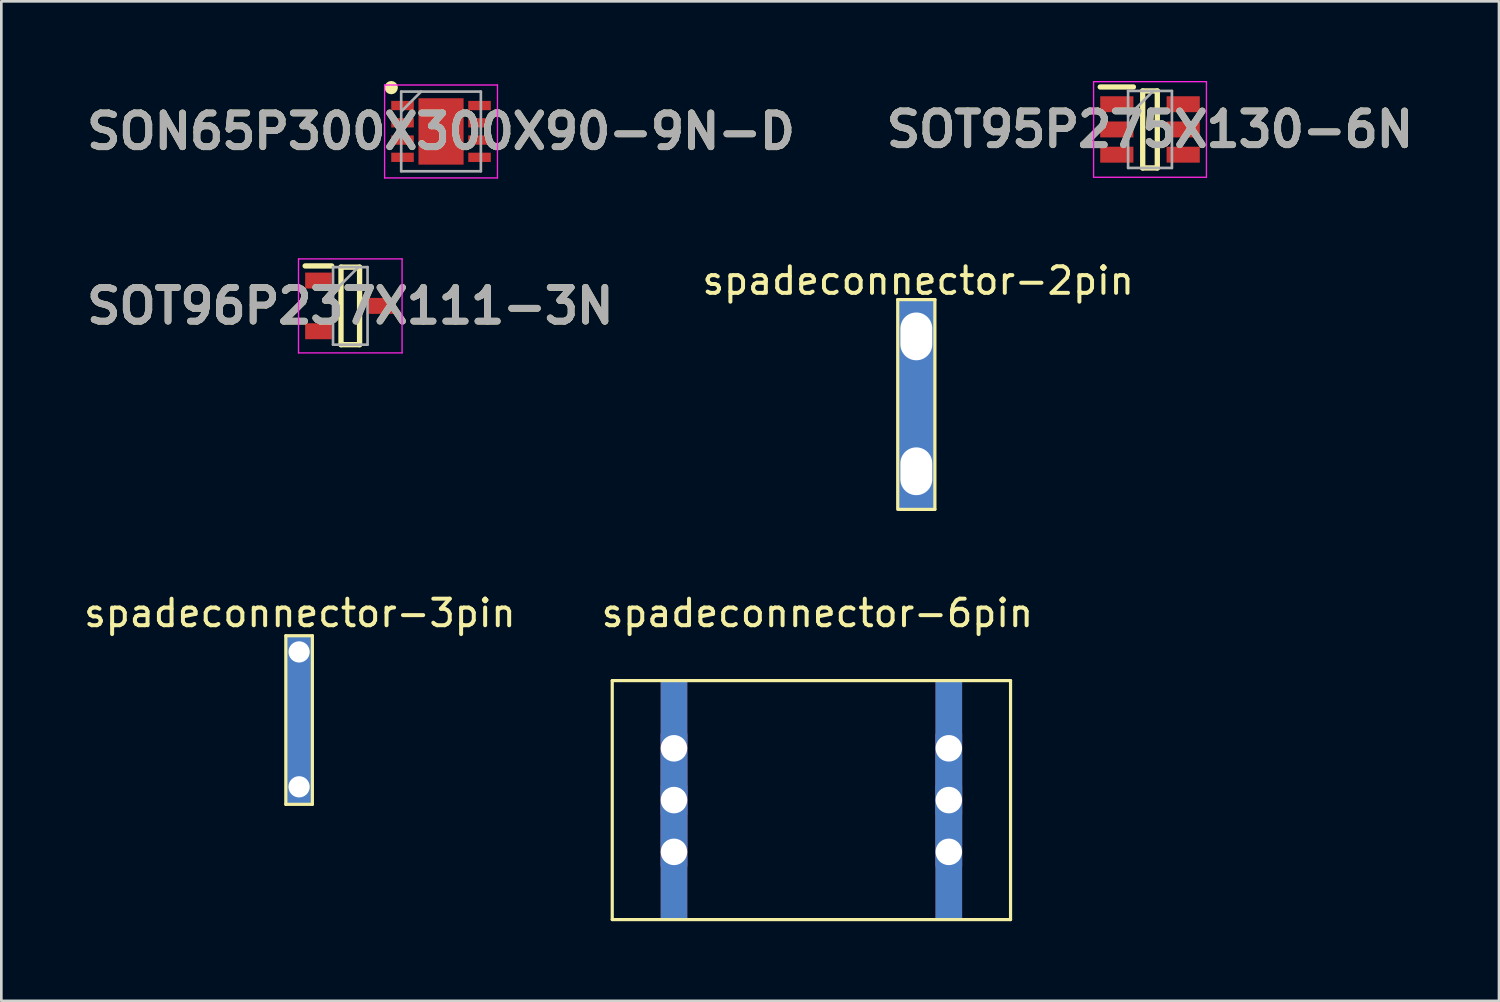
<source format=kicad_pcb>
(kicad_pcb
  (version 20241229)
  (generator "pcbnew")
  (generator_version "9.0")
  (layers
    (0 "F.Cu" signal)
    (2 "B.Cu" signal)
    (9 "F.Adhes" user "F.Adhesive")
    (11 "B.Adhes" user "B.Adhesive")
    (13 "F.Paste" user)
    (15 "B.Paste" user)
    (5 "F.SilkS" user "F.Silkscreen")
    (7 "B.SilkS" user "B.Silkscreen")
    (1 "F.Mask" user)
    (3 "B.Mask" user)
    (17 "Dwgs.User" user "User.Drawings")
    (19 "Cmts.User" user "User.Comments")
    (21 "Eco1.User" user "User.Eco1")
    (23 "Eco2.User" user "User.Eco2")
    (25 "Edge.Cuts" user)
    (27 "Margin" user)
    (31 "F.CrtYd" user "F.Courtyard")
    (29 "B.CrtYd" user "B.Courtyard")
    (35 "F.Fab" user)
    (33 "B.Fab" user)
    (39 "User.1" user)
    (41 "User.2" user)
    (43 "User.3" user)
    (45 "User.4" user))
  (footprint "SOT95P275X130-6N"
    (layer "F.Cu")
    (at 40.259 1.825)
    (property "Reference" "SOT95P275X130-6N" (at 0 0 0) (layer "F.SilkS") (effects (font (size 1.27 1.27) (thickness 0.254))))
    (attr smd)
    (fp_line (start -1.875 -1.6) (end -0.625 -1.6) (stroke (width 0.2) (type solid)) (layer "F.SilkS"))
    (fp_line (start -0.275 -1.45) (end 0.275 -1.45) (stroke (width 0.2) (type solid)) (layer "F.SilkS"))
    (fp_line (start -0.275 1.45) (end -0.275 -1.45) (stroke (width 0.2) (type solid)) (layer "F.SilkS"))
    (fp_line (start 0.275 -1.45) (end 0.275 1.45) (stroke (width 0.2) (type solid)) (layer "F.SilkS"))
    (fp_line (start 0.275 1.45) (end -0.275 1.45) (stroke (width 0.2) (type solid)) (layer "F.SilkS"))
    (fp_line (start -2.125 -1.8) (end 2.125 -1.8) (stroke (width 0.05) (type solid)) (layer "F.CrtYd"))
    (fp_line (start -2.125 1.8) (end -2.125 -1.8) (stroke (width 0.05) (type solid)) (layer "F.CrtYd"))
    (fp_line (start 2.125 -1.8) (end 2.125 1.8) (stroke (width 0.05) (type solid)) (layer "F.CrtYd"))
    (fp_line (start 2.125 1.8) (end -2.125 1.8) (stroke (width 0.05) (type solid)) (layer "F.CrtYd"))
    (fp_line (start -0.825 -1.45) (end 0.825 -1.45) (stroke (width 0.1) (type solid)) (layer "F.Fab"))
    (fp_line (start -0.825 -0.5) (end 0.125 -1.45) (stroke (width 0.1) (type solid)) (layer "F.Fab"))
    (fp_line (start -0.825 1.45) (end -0.825 -1.45) (stroke (width 0.1) (type solid)) (layer "F.Fab"))
    (fp_line (start 0.825 -1.45) (end 0.825 1.45) (stroke (width 0.1) (type solid)) (layer "F.Fab"))
    (fp_line (start 0.825 1.45) (end -0.825 1.45) (stroke (width 0.1) (type solid)) (layer "F.Fab"))
    (fp_text user "${REFERENCE}" (at 0 0 0) (layer "F.Fab") (effects (font (size 1.27 1.27) (thickness 0.254))))
    (pad "1" smd rect (at -1.25 -0.95 90) (size 0.6 1.25) (layers "F.Cu" "F.Mask" "F.Paste"))
    (pad "2" smd rect (at -1.25 0 90) (size 0.6 1.25) (layers "F.Cu" "F.Mask" "F.Paste"))
    (pad "3" smd rect (at -1.25 0.95 90) (size 0.6 1.25) (layers "F.Cu" "F.Mask" "F.Paste"))
    (pad "4" smd rect (at 1.25 0.95 90) (size 0.6 1.25) (layers "F.Cu" "F.Mask" "F.Paste"))
    (pad "5" smd rect (at 1.25 0 90) (size 0.6 1.25) (layers "F.Cu" "F.Mask" "F.Paste"))
    (pad "6" smd rect (at 1.25 -0.95 90) (size 0.6 1.25) (layers "F.Cu" "F.Mask" "F.Paste")))
  (footprint "spadeconnector-6pin"
    (layer "F.Cu")
    (at 22.332 25.131)
    (property "Reference" "spadeconnector-6pin" (at 5.4 -5.09 0) (layer "F.SilkS") (effects (font (size 1 1) (thickness 0.15))))
    (attr through_hole)
    (fp_line (start -2.325 -2.55) (end -2.325 6.45) (stroke (width 0.12) (type solid)) (layer "F.SilkS"))
    (fp_line (start -2.325 6.45) (end 12.675 6.45) (stroke (width 0.12) (type solid)) (layer "F.SilkS"))
    (fp_line (start 12.675 -2.55) (end -2.325 -2.55) (stroke (width 0.12) (type solid)) (layer "F.SilkS"))
    (fp_line (start 12.675 -2.55) (end 12.675 6.45) (stroke (width 0.12) (type solid)) (layer "F.SilkS"))
    (pad "1" thru_hole rect (at 0 0) (size 1 5) (drill 1) (layers "*.Cu" "*.Mask"))
    (pad "2" thru_hole rect (at 0 1.95) (size 1 5) (drill 1) (layers "*.Cu" "*.Mask"))
    (pad "3" thru_hole rect (at 0 3.9) (size 1 5) (drill 1) (layers "*.Cu" "*.Mask"))
    (pad "4" thru_hole rect (at 10.35 3.9) (size 1 5) (drill 1) (layers "*.Cu" "*.Mask"))
    (pad "5" thru_hole rect (at 10.35 1.95) (size 1 5) (drill 1) (layers "*.Cu" "*.Mask"))
    (pad "6" thru_hole rect (at 10.35 0) (size 1 5) (drill 1) (layers "*.Cu" "*.Mask")))
  (footprint "spadeconnector-2pin"
    (layer "F.Cu")
    (at 31.488 12.183)
    (property "Reference" "spadeconnector-2pin" (at 0.04 -4.66 0) (layer "F.SilkS") (effects (font (size 1 1) (thickness 0.15))))
    (attr through_hole)
    (fp_line (start -0.73 -3.95) (end -0.73 3.95) (stroke (width 0.12) (type solid)) (layer "F.SilkS"))
    (fp_line (start -0.68 3.95) (end 0.67 3.95) (stroke (width 0.12) (type solid)) (layer "F.SilkS"))
    (fp_line (start 0.67 -3.95) (end -0.73 -3.95) (stroke (width 0.12) (type solid)) (layer "F.SilkS"))
    (fp_line (start 0.67 -3.95) (end 0.67 3.95) (stroke (width 0.12) (type solid)) (layer "F.SilkS"))
    (pad "1" thru_hole rect (at -0.03 2.515) (size 1.4 5.55) (drill oval 1.2 1.8 (offset 0 -1.365)) (layers "*.Cu" "*.Mask"))
    (pad "2" thru_hole rect (at -0.03 -2.565) (size 1.4 5.55) (drill oval 1.2 1.8 (offset 0 1.365)) (layers "*.Cu" "*.Mask")))
  (footprint "SOT96P237X111-3N"
    (layer "F.Cu")
    (at 10.142 8.47)
    (property "Reference" "SOT96P237X111-3N" (at 0 0 0) (layer "F.SilkS") (effects (font (size 1.27 1.27) (thickness 0.254))))
    (attr smd)
    (fp_line (start -1.7 -1.505) (end -0.7 -1.505) (stroke (width 0.2) (type solid)) (layer "F.SilkS"))
    (fp_line (start -0.35 -1.46) (end 0.35 -1.46) (stroke (width 0.2) (type solid)) (layer "F.SilkS"))
    (fp_line (start -0.35 1.46) (end -0.35 -1.46) (stroke (width 0.2) (type solid)) (layer "F.SilkS"))
    (fp_line (start 0.35 -1.46) (end 0.35 1.46) (stroke (width 0.2) (type solid)) (layer "F.SilkS"))
    (fp_line (start 0.35 1.46) (end -0.35 1.46) (stroke (width 0.2) (type solid)) (layer "F.SilkS"))
    (fp_line (start -1.95 -1.77) (end 1.95 -1.77) (stroke (width 0.05) (type solid)) (layer "F.CrtYd"))
    (fp_line (start -1.95 1.77) (end -1.95 -1.77) (stroke (width 0.05) (type solid)) (layer "F.CrtYd"))
    (fp_line (start 1.95 -1.77) (end 1.95 1.77) (stroke (width 0.05) (type solid)) (layer "F.CrtYd"))
    (fp_line (start 1.95 1.77) (end -1.95 1.77) (stroke (width 0.05) (type solid)) (layer "F.CrtYd"))
    (fp_line (start -0.65 -1.46) (end 0.65 -1.46) (stroke (width 0.1) (type solid)) (layer "F.Fab"))
    (fp_line (start -0.65 -0.505) (end 0.305 -1.46) (stroke (width 0.1) (type solid)) (layer "F.Fab"))
    (fp_line (start -0.65 1.46) (end -0.65 -1.46) (stroke (width 0.1) (type solid)) (layer "F.Fab"))
    (fp_line (start 0.65 -1.46) (end 0.65 1.46) (stroke (width 0.1) (type solid)) (layer "F.Fab"))
    (fp_line (start 0.65 1.46) (end -0.65 1.46) (stroke (width 0.1) (type solid)) (layer "F.Fab"))
    (fp_text user "${REFERENCE}" (at 0 0 0) (layer "F.Fab") (effects (font (size 1.27 1.27) (thickness 0.254))))
    (pad "1" smd rect (at -1.2 -0.955 90) (size 0.6 1) (layers "F.Cu" "F.Mask" "F.Paste"))
    (pad "2" smd rect (at -1.2 0.955 90) (size 0.6 1) (layers "F.Cu" "F.Mask" "F.Paste"))
    (pad "3" smd rect (at 1.2 0 90) (size 0.6 1) (layers "F.Cu" "F.Mask" "F.Paste")))
  (footprint "SON65P300X300X90-9N-D"
    (layer "F.Cu")
    (at 13.559 1.9)
    (property "Reference" "SON65P300X300X90-9N-D" (at 0 0 0) (layer "F.SilkS") (effects (font (size 1.27 1.27) (thickness 0.254))))
    (attr smd)
    (fp_circle (center -1.875 -1.65) (end -1.875 -1.525) (stroke (width 0.25) (type solid)) (fill no) (layer "F.SilkS"))
    (fp_line (start -2.125 -1.75) (end 2.125 -1.75) (stroke (width 0.05) (type solid)) (layer "F.CrtYd"))
    (fp_line (start -2.125 1.75) (end -2.125 -1.75) (stroke (width 0.05) (type solid)) (layer "F.CrtYd"))
    (fp_line (start 2.125 -1.75) (end 2.125 1.75) (stroke (width 0.05) (type solid)) (layer "F.CrtYd"))
    (fp_line (start 2.125 1.75) (end -2.125 1.75) (stroke (width 0.05) (type solid)) (layer "F.CrtYd"))
    (fp_line (start -1.5 -1.5) (end 1.5 -1.5) (stroke (width 0.1) (type solid)) (layer "F.Fab"))
    (fp_line (start -1.5 -0.75) (end -0.75 -1.5) (stroke (width 0.1) (type solid)) (layer "F.Fab"))
    (fp_line (start -1.5 1.5) (end -1.5 -1.5) (stroke (width 0.1) (type solid)) (layer "F.Fab"))
    (fp_line (start 1.5 -1.5) (end 1.5 1.5) (stroke (width 0.1) (type solid)) (layer "F.Fab"))
    (fp_line (start 1.5 1.5) (end -1.5 1.5) (stroke (width 0.1) (type solid)) (layer "F.Fab"))
    (fp_text user "${REFERENCE}" (at 0 0 0) (layer "F.Fab") (effects (font (size 1.27 1.27) (thickness 0.254))))
    (pad "1" smd rect (at -1.45 -0.975 90) (size 0.35 0.85) (layers "F.Cu" "F.Mask" "F.Paste"))
    (pad "2" smd rect (at -1.45 -0.325 90) (size 0.35 0.85) (layers "F.Cu" "F.Mask" "F.Paste"))
    (pad "3" smd rect (at -1.45 0.325 90) (size 0.35 0.85) (layers "F.Cu" "F.Mask" "F.Paste"))
    (pad "4" smd rect (at -1.45 0.975 90) (size 0.35 0.85) (layers "F.Cu" "F.Mask" "F.Paste"))
    (pad "5" smd rect (at 1.45 0.975 90) (size 0.35 0.85) (layers "F.Cu" "F.Mask" "F.Paste"))
    (pad "6" smd rect (at 1.45 0.325 90) (size 0.35 0.85) (layers "F.Cu" "F.Mask" "F.Paste"))
    (pad "7" smd rect (at 1.45 -0.325 90) (size 0.35 0.85) (layers "F.Cu" "F.Mask" "F.Paste"))
    (pad "8" smd rect (at 1.45 -0.975 90) (size 0.35 0.85) (layers "F.Cu" "F.Mask" "F.Paste"))
    (pad "9" smd rect (at 0 0) (size 1.7 2.5) (layers "F.Cu" "F.Mask" "F.Paste")))
  (footprint "spadeconnector-3pin"
    (layer "F.Cu")
    (at 8.244 23.791)
    (property "Reference" "spadeconnector-3pin" (at 0 -3.75 0) (layer "F.SilkS") (effects (font (size 1 1) (thickness 0.15))))
    (attr through_hole)
    (fp_line (start -0.53 -2.9) (end -0.53 3.45) (stroke (width 0.12) (type solid)) (layer "F.SilkS"))
    (fp_line (start -0.53 3.45) (end 0.47 3.45) (stroke (width 0.12) (type solid)) (layer "F.SilkS"))
    (fp_line (start 0.47 -2.9) (end -0.53 -2.9) (stroke (width 0.12) (type solid)) (layer "F.SilkS"))
    (fp_line (start 0.47 -2.9) (end 0.47 3.45) (stroke (width 0.12) (type solid)) (layer "F.SilkS"))
    (pad "1" thru_hole rect (at -0.03 2.79) (size 1 6.3) (drill 0.8 (offset 0 -2.54)) (layers "*.Cu" "*.Mask"))
    (pad "2" thru_hole rect (at -0.03 -2.29) (size 1 6.3) (drill 0.8 (offset 0 2.54)) (layers "*.Cu" "*.Mask")))
  (gr_rect
    (start -3 -3)
    (end 53.401 34.642)
    (stroke (width 0.1) (type default))
    (fill no)
    (layer "Edge.Cuts")))
</source>
